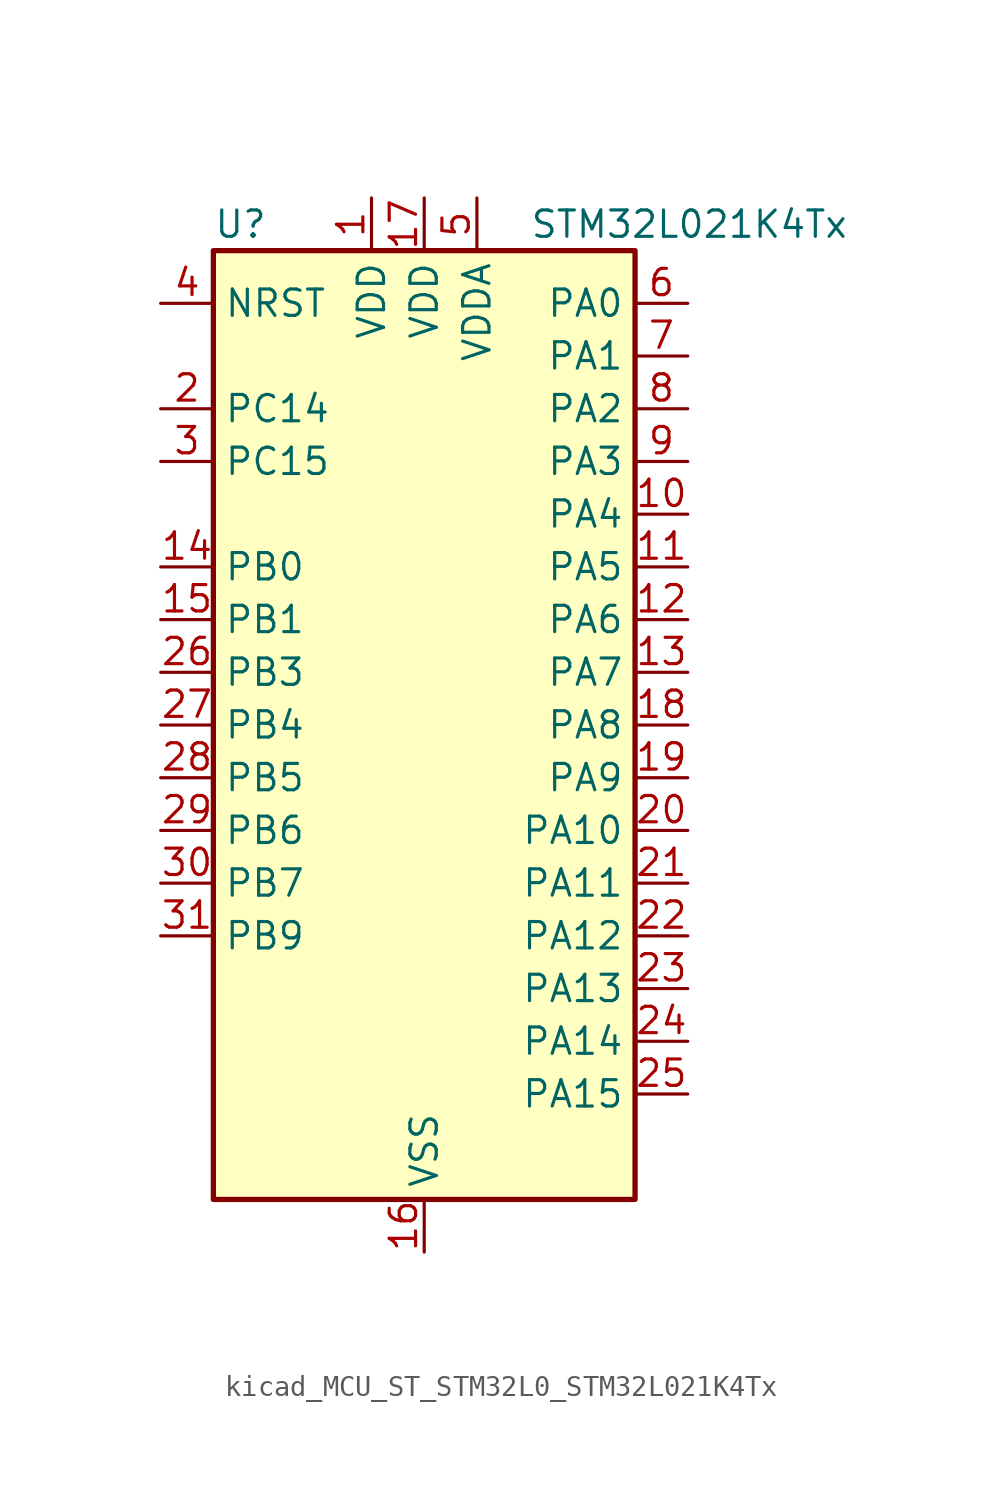
<source format=kicad_sym>
(kicad_symbol_lib
  (version 20220914)
  (generator kicad_symbol_editor)
  (symbol "kicad_MCU_ST_STM32L0_STM32L021K4Tx"
    (property "Reference" "U"
      (at -10.16 24.13 0)
      (effects (font (size 1.27 1.27)) (justify left)))
    (property "Value" "STM32L021K4Tx"
      (at 5.08 24.13 0)
      (effects (font (size 1.27 1.27)) (justify left)))
    (property "ki_locked" ""
      (at 0 0 0)
      (effects (font (size 1.27 1.27))))
    (symbol "kicad_MCU_ST_STM32L0_STM32L021K4Tx_0_1"
      (rectangle (start -10.16 -22.86) (end 10.16 22.86) (stroke (width 0.254) (type default)) (fill (type background))))
    (symbol "kicad_MCU_ST_STM32L0_STM32L021K4Tx_1_1"
      (pin power_in line (at -2.54 25.4 270) (length 2.54) (name "VDD" (effects (font (size 1.27 1.27)))) (number "1" (effects (font (size 1.27 1.27)))))
      (pin bidirectional line (at 12.7 10.16 180) (length 2.54) (name "PA4" (effects (font (size 1.27 1.27)))) (number "10" (effects (font (size 1.27 1.27)))) (alternate "ADC_IN4" bidirectional line) (alternate "COMP1_INM" bidirectional line) (alternate "COMP2_INM" bidirectional line) (alternate "COMP2_OUT" bidirectional line) (alternate "I2C1_SCL" bidirectional line) (alternate "LPTIM1_ETR" bidirectional line) (alternate "LPTIM1_IN1" bidirectional line) (alternate "LPUART1_TX" bidirectional line) (alternate "SPI1_NSS" bidirectional line) (alternate "TIM2_ETR" bidirectional line) (alternate "USART2_CK" bidirectional line))
      (pin bidirectional line (at 12.7 7.62 180) (length 2.54) (name "PA5" (effects (font (size 1.27 1.27)))) (number "11" (effects (font (size 1.27 1.27)))) (alternate "ADC_IN5" bidirectional line) (alternate "COMP1_INM" bidirectional line) (alternate "COMP2_INM" bidirectional line) (alternate "LPTIM1_IN2" bidirectional line) (alternate "SPI1_SCK" bidirectional line) (alternate "TIM2_CH1" bidirectional line) (alternate "TIM2_ETR" bidirectional line))
      (pin bidirectional line (at 12.7 5.08 180) (length 2.54) (name "PA6" (effects (font (size 1.27 1.27)))) (number "12" (effects (font (size 1.27 1.27)))) (alternate "ADC_IN6" bidirectional line) (alternate "COMP1_OUT" bidirectional line) (alternate "LPTIM1_ETR" bidirectional line) (alternate "LPUART1_CTS" bidirectional line) (alternate "SPI1_MISO" bidirectional line))
      (pin bidirectional line (at 12.7 2.54 180) (length 2.54) (name "PA7" (effects (font (size 1.27 1.27)))) (number "13" (effects (font (size 1.27 1.27)))) (alternate "ADC_IN7" bidirectional line) (alternate "COMP2_INP" bidirectional line) (alternate "COMP2_OUT" bidirectional line) (alternate "LPTIM1_OUT" bidirectional line) (alternate "SPI1_MOSI" bidirectional line) (alternate "TIM21_ETR" bidirectional line) (alternate "USART2_CTS" bidirectional line))
      (pin bidirectional line (at -12.7 7.62 0) (length 2.54) (name "PB0" (effects (font (size 1.27 1.27)))) (number "14" (effects (font (size 1.27 1.27)))) (alternate "ADC_IN8" bidirectional line) (alternate "SPI1_MISO" bidirectional line) (alternate "SYS_VREF_OUT_PB0" bidirectional line) (alternate "TIM2_CH2" bidirectional line) (alternate "TIM2_CH3" bidirectional line) (alternate "USART2_DE" bidirectional line) (alternate "USART2_RTS" bidirectional line))
      (pin bidirectional line (at -12.7 5.08 0) (length 2.54) (name "PB1" (effects (font (size 1.27 1.27)))) (number "15" (effects (font (size 1.27 1.27)))) (alternate "ADC_IN9" bidirectional line) (alternate "LPTIM1_IN1" bidirectional line) (alternate "LPUART1_DE" bidirectional line) (alternate "LPUART1_RTS" bidirectional line) (alternate "SPI1_MOSI" bidirectional line) (alternate "SYS_VREF_OUT_PB1" bidirectional line) (alternate "TIM2_CH4" bidirectional line) (alternate "USART2_CK" bidirectional line))
      (pin power_in line (at 0 -25.4 90) (length 2.54) (name "VSS" (effects (font (size 1.27 1.27)))) (number "16" (effects (font (size 1.27 1.27)))))
      (pin power_in line (at 0 25.4 270) (length 2.54) (name "VDD" (effects (font (size 1.27 1.27)))) (number "17" (effects (font (size 1.27 1.27)))))
      (pin bidirectional line (at 12.7 0 180) (length 2.54) (name "PA8" (effects (font (size 1.27 1.27)))) (number "18" (effects (font (size 1.27 1.27)))) (alternate "LPTIM1_IN1" bidirectional line) (alternate "RCC_MCO" bidirectional line) (alternate "TIM2_CH1" bidirectional line) (alternate "USART2_CK" bidirectional line))
      (pin bidirectional line (at 12.7 -2.54 180) (length 2.54) (name "PA9" (effects (font (size 1.27 1.27)))) (number "19" (effects (font (size 1.27 1.27)))) (alternate "COMP1_OUT" bidirectional line) (alternate "I2C1_SCL" bidirectional line) (alternate "LPTIM1_OUT" bidirectional line) (alternate "RCC_MCO" bidirectional line) (alternate "TIM21_CH2" bidirectional line) (alternate "USART2_TX" bidirectional line))
      (pin bidirectional line (at -12.7 15.24 0) (length 2.54) (name "PC14" (effects (font (size 1.27 1.27)))) (number "2" (effects (font (size 1.27 1.27)))) (alternate "RCC_OSC32_IN" bidirectional line))
      (pin bidirectional line (at 12.7 -5.08 180) (length 2.54) (name "PA10" (effects (font (size 1.27 1.27)))) (number "20" (effects (font (size 1.27 1.27)))) (alternate "COMP1_OUT" bidirectional line) (alternate "I2C1_SDA" bidirectional line) (alternate "RTC_REFIN" bidirectional line) (alternate "TIM21_CH1" bidirectional line) (alternate "TIM2_CH3" bidirectional line) (alternate "USART2_RX" bidirectional line))
      (pin bidirectional line (at 12.7 -7.62 180) (length 2.54) (name "PA11" (effects (font (size 1.27 1.27)))) (number "21" (effects (font (size 1.27 1.27)))) (alternate "ADC_EXTI11" bidirectional line) (alternate "COMP1_OUT" bidirectional line) (alternate "LPTIM1_OUT" bidirectional line) (alternate "SPI1_MISO" bidirectional line) (alternate "TIM21_CH2" bidirectional line) (alternate "USART2_CTS" bidirectional line))
      (pin bidirectional line (at 12.7 -10.16 180) (length 2.54) (name "PA12" (effects (font (size 1.27 1.27)))) (number "22" (effects (font (size 1.27 1.27)))) (alternate "COMP2_OUT" bidirectional line) (alternate "SPI1_MOSI" bidirectional line) (alternate "USART2_DE" bidirectional line) (alternate "USART2_RTS" bidirectional line))
      (pin bidirectional line (at 12.7 -12.7 180) (length 2.54) (name "PA13" (effects (font (size 1.27 1.27)))) (number "23" (effects (font (size 1.27 1.27)))) (alternate "COMP1_OUT" bidirectional line) (alternate "I2C1_SDA" bidirectional line) (alternate "LPTIM1_ETR" bidirectional line) (alternate "LPUART1_RX" bidirectional line) (alternate "SPI1_SCK" bidirectional line) (alternate "SYS_SWDIO" bidirectional line))
      (pin bidirectional line (at 12.7 -15.24 180) (length 2.54) (name "PA14" (effects (font (size 1.27 1.27)))) (number "24" (effects (font (size 1.27 1.27)))) (alternate "COMP2_OUT" bidirectional line) (alternate "I2C1_SMBA" bidirectional line) (alternate "LPTIM1_OUT" bidirectional line) (alternate "LPUART1_TX" bidirectional line) (alternate "SPI1_MISO" bidirectional line) (alternate "SYS_SWCLK" bidirectional line) (alternate "USART2_TX" bidirectional line))
      (pin bidirectional line (at 12.7 -17.78 180) (length 2.54) (name "PA15" (effects (font (size 1.27 1.27)))) (number "25" (effects (font (size 1.27 1.27)))) (alternate "SPI1_NSS" bidirectional line) (alternate "TIM2_CH1" bidirectional line) (alternate "TIM2_ETR" bidirectional line) (alternate "USART2_RX" bidirectional line))
      (pin bidirectional line (at -12.7 2.54 0) (length 2.54) (name "PB3" (effects (font (size 1.27 1.27)))) (number "26" (effects (font (size 1.27 1.27)))) (alternate "COMP2_INM" bidirectional line) (alternate "SPI1_SCK" bidirectional line) (alternate "TIM2_CH2" bidirectional line))
      (pin bidirectional line (at -12.7 0 0) (length 2.54) (name "PB4" (effects (font (size 1.27 1.27)))) (number "27" (effects (font (size 1.27 1.27)))) (alternate "COMP2_INP" bidirectional line) (alternate "SPI1_MISO" bidirectional line))
      (pin bidirectional line (at -12.7 -2.54 0) (length 2.54) (name "PB5" (effects (font (size 1.27 1.27)))) (number "28" (effects (font (size 1.27 1.27)))) (alternate "COMP2_INP" bidirectional line) (alternate "I2C1_SMBA" bidirectional line) (alternate "LPTIM1_IN1" bidirectional line) (alternate "SPI1_MOSI" bidirectional line) (alternate "TIM21_CH1" bidirectional line))
      (pin bidirectional line (at -12.7 -5.08 0) (length 2.54) (name "PB6" (effects (font (size 1.27 1.27)))) (number "29" (effects (font (size 1.27 1.27)))) (alternate "COMP2_INP" bidirectional line) (alternate "I2C1_SCL" bidirectional line) (alternate "LPTIM1_ETR" bidirectional line) (alternate "LPUART1_TX" bidirectional line) (alternate "TIM2_CH3" bidirectional line) (alternate "USART2_TX" bidirectional line))
      (pin bidirectional line (at -12.7 12.7 0) (length 2.54) (name "PC15" (effects (font (size 1.27 1.27)))) (number "3" (effects (font (size 1.27 1.27)))) (alternate "RCC_OSC32_OUT" bidirectional line))
      (pin bidirectional line (at -12.7 -7.62 0) (length 2.54) (name "PB7" (effects (font (size 1.27 1.27)))) (number "30" (effects (font (size 1.27 1.27)))) (alternate "COMP2_INP" bidirectional line) (alternate "I2C1_SDA" bidirectional line) (alternate "LPTIM1_IN2" bidirectional line) (alternate "LPUART1_RX" bidirectional line) (alternate "SYS_PVD_IN" bidirectional line) (alternate "TIM2_CH4" bidirectional line) (alternate "USART2_RX" bidirectional line))
      (pin bidirectional line (at -12.7 -10.16 0) (length 2.54) (name "PB9" (effects (font (size 1.27 1.27)))) (number "31" (effects (font (size 1.27 1.27)))))
      (pin passive line (at 0 -25.4 90) (length 2.54) hide (name "VSS" (effects (font (size 1.27 1.27)))) (number "32" (effects (font (size 1.27 1.27)))))
      (pin input line (at -12.7 20.32 0) (length 2.54) (name "NRST" (effects (font (size 1.27 1.27)))) (number "4" (effects (font (size 1.27 1.27)))))
      (pin power_in line (at 2.54 25.4 270) (length 2.54) (name "VDDA" (effects (font (size 1.27 1.27)))) (number "5" (effects (font (size 1.27 1.27)))))
      (pin bidirectional line (at 12.7 20.32 180) (length 2.54) (name "PA0" (effects (font (size 1.27 1.27)))) (number "6" (effects (font (size 1.27 1.27)))) (alternate "ADC_IN0" bidirectional line) (alternate "COMP1_INM" bidirectional line) (alternate "COMP1_OUT" bidirectional line) (alternate "LPTIM1_IN1" bidirectional line) (alternate "LPUART1_RX" bidirectional line) (alternate "RCC_CK_IN" bidirectional line) (alternate "RTC_TAMP2" bidirectional line) (alternate "SYS_WKUP1" bidirectional line) (alternate "TIM2_CH1" bidirectional line) (alternate "TIM2_ETR" bidirectional line) (alternate "USART2_CTS" bidirectional line) (alternate "USART2_RX" bidirectional line))
      (pin bidirectional line (at 12.7 17.78 180) (length 2.54) (name "PA1" (effects (font (size 1.27 1.27)))) (number "7" (effects (font (size 1.27 1.27)))) (alternate "ADC_IN1" bidirectional line) (alternate "COMP1_INP" bidirectional line) (alternate "I2C1_SMBA" bidirectional line) (alternate "LPTIM1_IN2" bidirectional line) (alternate "LPUART1_TX" bidirectional line) (alternate "TIM21_ETR" bidirectional line) (alternate "TIM2_CH2" bidirectional line) (alternate "USART2_DE" bidirectional line) (alternate "USART2_RTS" bidirectional line))
      (pin bidirectional line (at 12.7 15.24 180) (length 2.54) (name "PA2" (effects (font (size 1.27 1.27)))) (number "8" (effects (font (size 1.27 1.27)))) (alternate "ADC_IN2" bidirectional line) (alternate "COMP2_INM" bidirectional line) (alternate "COMP2_OUT" bidirectional line) (alternate "LPUART1_TX" bidirectional line) (alternate "RTC_OUT_ALARM" bidirectional line) (alternate "RTC_OUT_CALIB" bidirectional line) (alternate "RTC_TAMP3" bidirectional line) (alternate "RTC_TS" bidirectional line) (alternate "SYS_WKUP3" bidirectional line) (alternate "TIM21_CH1" bidirectional line) (alternate "TIM2_CH3" bidirectional line) (alternate "USART2_TX" bidirectional line))
      (pin bidirectional line (at 12.7 12.7 180) (length 2.54) (name "PA3" (effects (font (size 1.27 1.27)))) (number "9" (effects (font (size 1.27 1.27)))) (alternate "ADC_IN3" bidirectional line) (alternate "COMP2_INP" bidirectional line) (alternate "LPUART1_RX" bidirectional line) (alternate "TIM21_CH2" bidirectional line) (alternate "TIM2_CH4" bidirectional line) (alternate "USART2_RX" bidirectional line)))))
</source>
